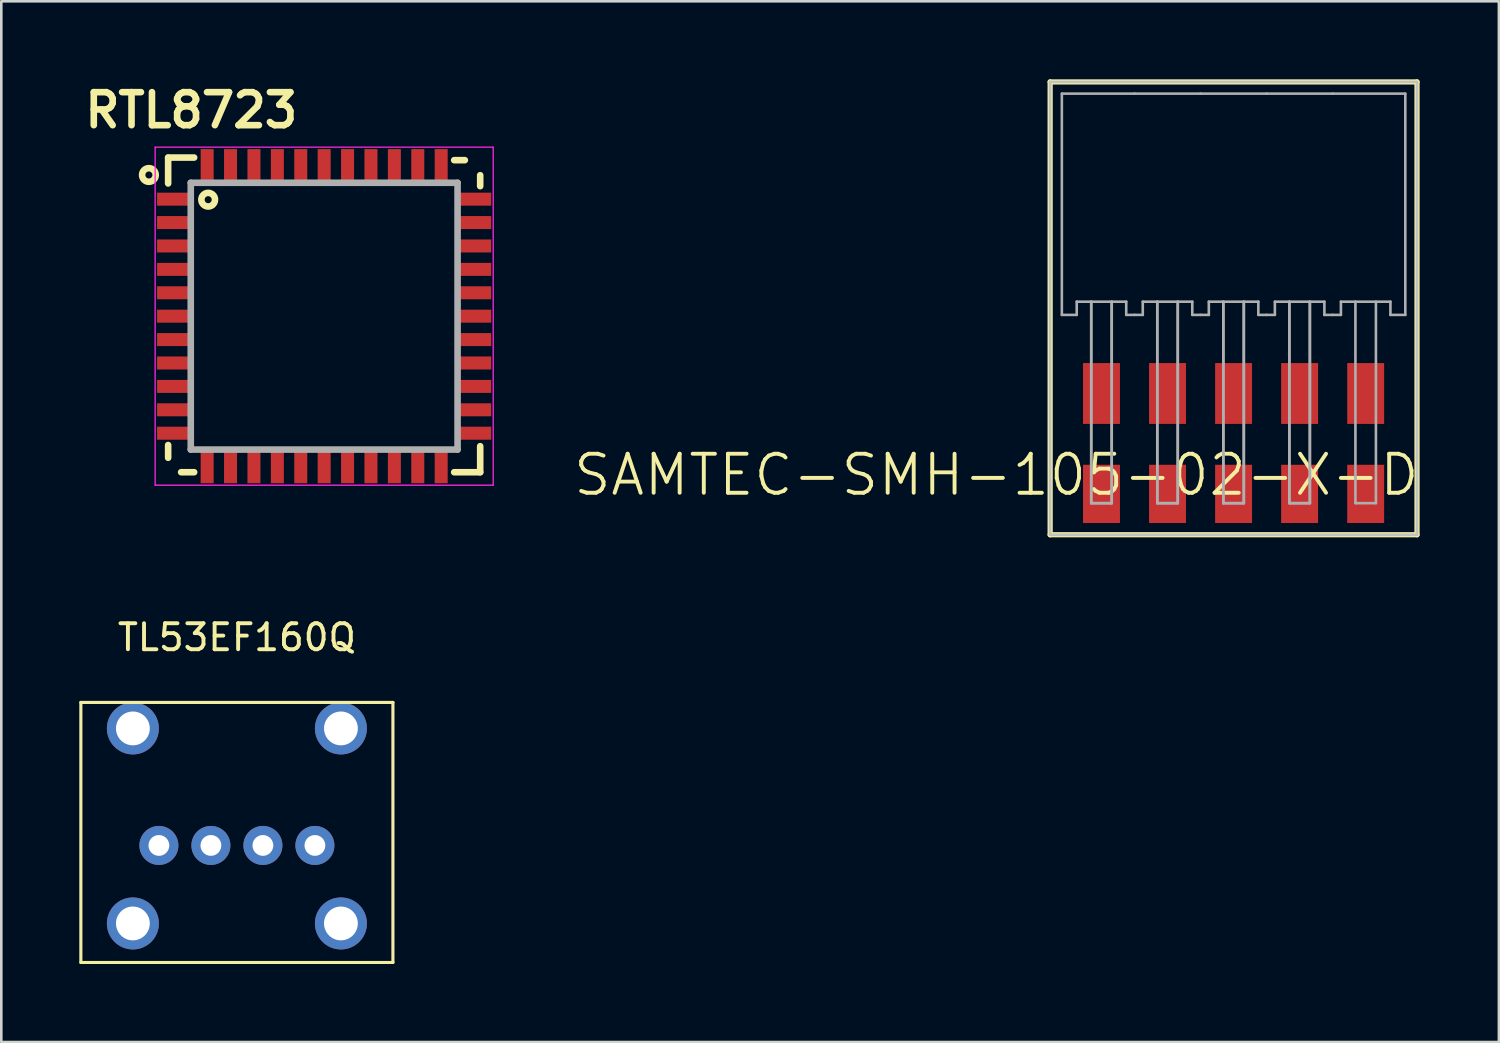
<source format=kicad_pcb>
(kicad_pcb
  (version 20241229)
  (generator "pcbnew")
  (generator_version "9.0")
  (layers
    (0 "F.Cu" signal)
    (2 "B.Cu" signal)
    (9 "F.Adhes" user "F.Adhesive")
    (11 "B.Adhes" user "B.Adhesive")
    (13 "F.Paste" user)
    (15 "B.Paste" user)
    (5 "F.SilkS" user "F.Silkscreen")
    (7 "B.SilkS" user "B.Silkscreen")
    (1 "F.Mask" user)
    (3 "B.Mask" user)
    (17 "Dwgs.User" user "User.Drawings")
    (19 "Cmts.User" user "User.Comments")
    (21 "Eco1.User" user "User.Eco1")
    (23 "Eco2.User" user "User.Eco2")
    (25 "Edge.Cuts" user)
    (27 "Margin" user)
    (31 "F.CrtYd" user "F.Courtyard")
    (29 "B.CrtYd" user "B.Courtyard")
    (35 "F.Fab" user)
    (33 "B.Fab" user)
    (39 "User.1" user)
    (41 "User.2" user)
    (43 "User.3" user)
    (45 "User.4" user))
  (footprint "RTL8723"
    (layer "F.Cu")
    (at 9.416 9.109)
    (property "Reference" "RTL8723" (at -5.11 -7.92 0) (layer "F.SilkS") (effects (font (size 1.27 1.27) (thickness 0.254))))
    (attr smd)
    (fp_line (start -6 -6.1) (end -5 -6.1) (stroke (width 0.254) (type solid)) (layer "F.SilkS"))
    (fp_line (start -6 -6.095) (end -6 -5.105) (stroke (width 0.254) (type solid)) (layer "F.SilkS"))
    (fp_line (start -6 4.955) (end -6 5.445) (stroke (width 0.254) (type solid)) (layer "F.SilkS"))
    (fp_line (start -5.5 6) (end -5 6) (stroke (width 0.254) (type solid)) (layer "F.SilkS"))
    (fp_line (start 5 -6) (end 5.41 -6) (stroke (width 0.254) (type solid)) (layer "F.SilkS"))
    (fp_line (start 6 -5) (end 6 -5.42) (stroke (width 0.254) (type solid)) (layer "F.SilkS"))
    (fp_line (start 6 6) (end 5 6) (stroke (width 0.254) (type solid)) (layer "F.SilkS"))
    (fp_line (start 6 6) (end 6 5) (stroke (width 0.254) (type solid)) (layer "F.SilkS"))
    (fp_circle (center -6.74 -5.43) (end -6.49 -5.51) (stroke (width 0.254) (type solid)) (fill no) (layer "F.SilkS"))
    (fp_circle (center -4.46 -4.48) (end -4.21 -4.56) (stroke (width 0.254) (type solid)) (fill no) (layer "F.SilkS"))
    (fp_line (start -6.5 -6.5) (end -6.5 6.5) (stroke (width 0.05) (type default)) (layer "F.CrtYd"))
    (fp_line (start -6.5 6.5) (end 6.5 6.5) (stroke (width 0.05) (type default)) (layer "F.CrtYd"))
    (fp_line (start 6.5 -6.5) (end -6.5 -6.5) (stroke (width 0.05) (type default)) (layer "F.CrtYd"))
    (fp_line (start 6.5 6.5) (end 6.5 -6.5) (stroke (width 0.05) (type default)) (layer "F.CrtYd"))
    (fp_line (start -5.13 -5.13) (end 5.13 -5.13) (stroke (width 0.254) (type solid)) (layer "F.Fab"))
    (fp_line (start -5.13 5.13) (end -5.13 -5.13) (stroke (width 0.254) (type solid)) (layer "F.Fab"))
    (fp_line (start 5.13 -5.13) (end 5.13 5.13) (stroke (width 0.254) (type solid)) (layer "F.Fab"))
    (fp_line (start 5.13 5.13) (end -5.13 5.13) (stroke (width 0.254) (type solid)) (layer "F.Fab"))
    (pad "1" smd rect (at -5.775 -4.5) (size 1.3 0.5) (layers "F.Cu" "F.Mask" "F.Paste"))
    (pad "2" smd rect (at -5.775 -3.6) (size 1.3 0.5) (layers "F.Cu" "F.Mask" "F.Paste"))
    (pad "3" smd rect (at -5.775 -2.7) (size 1.3 0.5) (layers "F.Cu" "F.Mask" "F.Paste"))
    (pad "4" smd rect (at -5.775 -1.8) (size 1.3 0.5) (layers "F.Cu" "F.Mask" "F.Paste"))
    (pad "5" smd rect (at -5.775 -0.9) (size 1.3 0.5) (layers "F.Cu" "F.Mask" "F.Paste"))
    (pad "6" smd rect (at -5.775 0) (size 1.3 0.5) (layers "F.Cu" "F.Mask" "F.Paste"))
    (pad "7" smd rect (at -5.775 0.9) (size 1.3 0.5) (layers "F.Cu" "F.Mask" "F.Paste"))
    (pad "8" smd rect (at -5.775 1.8) (size 1.3 0.5) (layers "F.Cu" "F.Mask" "F.Paste"))
    (pad "9" smd rect (at -5.775 2.7) (size 1.3 0.5) (layers "F.Cu" "F.Mask" "F.Paste"))
    (pad "10" smd rect (at -5.775 3.6) (size 1.3 0.5) (layers "F.Cu" "F.Mask" "F.Paste"))
    (pad "11" smd rect (at -5.775 4.5) (size 1.3 0.5) (layers "F.Cu" "F.Mask" "F.Paste"))
    (pad "12" smd rect (at -4.5 5.775 90) (size 1.3 0.5) (layers "F.Cu" "F.Mask" "F.Paste"))
    (pad "13" smd rect (at -3.6 5.775 90) (size 1.3 0.5) (layers "F.Cu" "F.Mask" "F.Paste"))
    (pad "14" smd rect (at -2.7 5.775 90) (size 1.3 0.5) (layers "F.Cu" "F.Mask" "F.Paste"))
    (pad "15" smd rect (at -1.8 5.775 90) (size 1.3 0.5) (layers "F.Cu" "F.Mask" "F.Paste"))
    (pad "16" smd rect (at -0.9 5.775 90) (size 1.3 0.5) (layers "F.Cu" "F.Mask" "F.Paste"))
    (pad "17" smd rect (at 0 5.775 90) (size 1.3 0.5) (layers "F.Cu" "F.Mask" "F.Paste"))
    (pad "18" smd rect (at 0.9 5.775 90) (size 1.3 0.5) (layers "F.Cu" "F.Mask" "F.Paste"))
    (pad "19" smd rect (at 1.8 5.775 90) (size 1.3 0.5) (layers "F.Cu" "F.Mask" "F.Paste"))
    (pad "20" smd rect (at 2.7 5.775 90) (size 1.3 0.5) (layers "F.Cu" "F.Mask" "F.Paste"))
    (pad "21" smd rect (at 3.6 5.775 90) (size 1.3 0.5) (layers "F.Cu" "F.Mask" "F.Paste"))
    (pad "22" smd rect (at 4.5 5.775 90) (size 1.3 0.5) (layers "F.Cu" "F.Mask" "F.Paste"))
    (pad "23" smd rect (at 5.775 4.5 180) (size 1.3 0.5) (layers "F.Cu" "F.Mask" "F.Paste"))
    (pad "24" smd rect (at 5.775 3.6 180) (size 1.3 0.5) (layers "F.Cu" "F.Mask" "F.Paste"))
    (pad "25" smd rect (at 5.775 2.7 180) (size 1.3 0.5) (layers "F.Cu" "F.Mask" "F.Paste"))
    (pad "26" smd rect (at 5.775 1.8 180) (size 1.3 0.5) (layers "F.Cu" "F.Mask" "F.Paste"))
    (pad "27" smd rect (at 5.775 0.9 180) (size 1.3 0.5) (layers "F.Cu" "F.Mask" "F.Paste"))
    (pad "28" smd rect (at 5.775 0 180) (size 1.3 0.5) (layers "F.Cu" "F.Mask" "F.Paste"))
    (pad "29" smd rect (at 5.775 -0.9 180) (size 1.3 0.5) (layers "F.Cu" "F.Mask" "F.Paste"))
    (pad "30" smd rect (at 5.775 -1.8 180) (size 1.3 0.5) (layers "F.Cu" "F.Mask" "F.Paste"))
    (pad "31" smd rect (at 5.775 -2.7 180) (size 1.3 0.5) (layers "F.Cu" "F.Mask" "F.Paste"))
    (pad "32" smd rect (at 5.775 -3.6 180) (size 1.3 0.5) (layers "F.Cu" "F.Mask" "F.Paste"))
    (pad "33" smd rect (at 5.775 -4.5 180) (size 1.3 0.5) (layers "F.Cu" "F.Mask" "F.Paste"))
    (pad "34" smd rect (at 4.5 -5.775 270) (size 1.3 0.5) (layers "F.Cu" "F.Mask" "F.Paste"))
    (pad "35" smd rect (at 3.6 -5.775 270) (size 1.3 0.5) (layers "F.Cu" "F.Mask" "F.Paste"))
    (pad "36" smd rect (at 2.7 -5.775 270) (size 1.3 0.5) (layers "F.Cu" "F.Mask" "F.Paste"))
    (pad "37" smd rect (at 1.8 -5.775 270) (size 1.3 0.5) (layers "F.Cu" "F.Mask" "F.Paste"))
    (pad "38" smd rect (at 0.9 -5.775 270) (size 1.3 0.5) (layers "F.Cu" "F.Mask" "F.Paste"))
    (pad "39" smd rect (at 0 -5.775 270) (size 1.3 0.5) (layers "F.Cu" "F.Mask" "F.Paste"))
    (pad "40" smd rect (at -0.9 -5.775 270) (size 1.3 0.5) (layers "F.Cu" "F.Mask" "F.Paste"))
    (pad "41" smd rect (at -1.8 -5.775 270) (size 1.3 0.5) (layers "F.Cu" "F.Mask" "F.Paste"))
    (pad "42" smd rect (at -2.7 -5.775 270) (size 1.3 0.5) (layers "F.Cu" "F.Mask" "F.Paste"))
    (pad "43" smd rect (at -3.6 -5.775 270) (size 1.3 0.5) (layers "F.Cu" "F.Mask" "F.Paste"))
    (pad "44" smd rect (at -4.5 -5.775 270) (size 1.3 0.5) (layers "F.Cu" "F.Mask" "F.Paste")))
  (footprint "SAMTEC-SMH-105-02-X-D"
    (layer "F.Cu")
    (at 44.388 4.805)
    (property "Reference" "SAMTEC-SMH-105-02-X-D" (at -9.123 10.408 0) (layer "F.SilkS") (effects (font (size 1.5 1.5) (thickness 0.15))))
    (attr smd)
    (fp_poly (pts (xy -5.841 6.056) (xy -4.319 6.056) (xy -4.319 8.498) (xy -5.841 8.498)) (stroke (width 0.01) (type solid)) (fill yes) (layer "F.Mask"))
    (fp_poly (pts (xy -5.841 9.967) (xy -4.319 9.967) (xy -4.319 12.309) (xy -5.841 12.309)) (stroke (width 0.01) (type solid)) (fill yes) (layer "F.Mask"))
    (fp_poly (pts (xy -3.301 6.056) (xy -1.779 6.056) (xy -1.779 8.498) (xy -3.301 8.498)) (stroke (width 0.01) (type solid)) (fill yes) (layer "F.Mask"))
    (fp_poly (pts (xy -3.301 9.967) (xy -1.779 9.967) (xy -1.779 12.309) (xy -3.301 12.309)) (stroke (width 0.01) (type solid)) (fill yes) (layer "F.Mask"))
    (fp_poly (pts (xy -0.761 6.056) (xy 0.761 6.056) (xy 0.761 8.498) (xy -0.761 8.498)) (stroke (width 0.01) (type solid)) (fill yes) (layer "F.Mask"))
    (fp_poly (pts (xy -0.761 9.967) (xy 0.761 9.967) (xy 0.761 12.309) (xy -0.761 12.309)) (stroke (width 0.01) (type solid)) (fill yes) (layer "F.Mask"))
    (fp_poly (pts (xy 1.779 6.056) (xy 3.301 6.056) (xy 3.301 8.498) (xy 1.779 8.498)) (stroke (width 0.01) (type solid)) (fill yes) (layer "F.Mask"))
    (fp_poly (pts (xy 1.779 9.967) (xy 3.301 9.967) (xy 3.301 12.309) (xy 1.779 12.309)) (stroke (width 0.01) (type solid)) (fill yes) (layer "F.Mask"))
    (fp_poly (pts (xy 4.319 6.056) (xy 5.841 6.056) (xy 5.841 8.498) (xy 4.319 8.498)) (stroke (width 0.01) (type solid)) (fill yes) (layer "F.Mask"))
    (fp_poly (pts (xy 4.319 9.967) (xy 5.841 9.967) (xy 5.841 12.309) (xy 4.319 12.309)) (stroke (width 0.01) (type solid)) (fill yes) (layer "F.Mask"))
    (fp_line (start -7.054 -4.705) (end -7.054 12.709) (stroke (width 0.2) (type solid)) (layer "F.SilkS"))
    (fp_line (start -7.054 12.709) (end 7.054 12.709) (stroke (width 0.2) (type solid)) (layer "F.SilkS"))
    (fp_line (start 7.054 -4.705) (end -7.054 -4.705) (stroke (width 0.2) (type solid)) (layer "F.SilkS"))
    (fp_line (start 7.054 12.709) (end 7.054 -4.705) (stroke (width 0.2) (type solid)) (layer "F.SilkS"))
    (fp_poly (pts (xy -5.79 6.107) (xy -4.37 6.107) (xy -4.37 8.447) (xy -5.79 8.447)) (stroke (width 0.01) (type solid)) (fill yes) (layer "F.Paste"))
    (fp_poly (pts (xy -5.79 10.018) (xy -4.37 10.018) (xy -4.37 12.258) (xy -5.79 12.258)) (stroke (width 0.01) (type solid)) (fill yes) (layer "F.Paste"))
    (fp_poly (pts (xy -3.25 6.107) (xy -1.83 6.107) (xy -1.83 8.447) (xy -3.25 8.447)) (stroke (width 0.01) (type solid)) (fill yes) (layer "F.Paste"))
    (fp_poly (pts (xy -3.25 10.018) (xy -1.83 10.018) (xy -1.83 12.258) (xy -3.25 12.258)) (stroke (width 0.01) (type solid)) (fill yes) (layer "F.Paste"))
    (fp_poly (pts (xy -0.71 6.107) (xy 0.71 6.107) (xy 0.71 8.447) (xy -0.71 8.447)) (stroke (width 0.01) (type solid)) (fill yes) (layer "F.Paste"))
    (fp_poly (pts (xy -0.71 10.018) (xy 0.71 10.018) (xy 0.71 12.258) (xy -0.71 12.258)) (stroke (width 0.01) (type solid)) (fill yes) (layer "F.Paste"))
    (fp_poly (pts (xy 1.83 6.107) (xy 3.25 6.107) (xy 3.25 8.447) (xy 1.83 8.447)) (stroke (width 0.01) (type solid)) (fill yes) (layer "F.Paste"))
    (fp_poly (pts (xy 1.83 10.018) (xy 3.25 10.018) (xy 3.25 12.258) (xy 1.83 12.258)) (stroke (width 0.01) (type solid)) (fill yes) (layer "F.Paste"))
    (fp_poly (pts (xy 4.37 6.107) (xy 5.79 6.107) (xy 5.79 8.447) (xy 4.37 8.447)) (stroke (width 0.01) (type solid)) (fill yes) (layer "F.Paste"))
    (fp_poly (pts (xy 4.37 10.018) (xy 5.79 10.018) (xy 5.79 12.258) (xy 4.37 12.258)) (stroke (width 0.01) (type solid)) (fill yes) (layer "F.Paste"))
    (fp_line (start -7.054 -4.705) (end -7.054 12.709) (stroke (width 0.1) (type solid)) (layer "Dwgs.User"))
    (fp_line (start -7.054 12.709) (end 7.054 12.709) (stroke (width 0.1) (type solid)) (layer "Dwgs.User"))
    (fp_line (start 7.054 -4.705) (end -7.054 -4.705) (stroke (width 0.1) (type solid)) (layer "Dwgs.User"))
    (fp_line (start 7.054 12.709) (end 7.054 -4.705) (stroke (width 0.1) (type solid)) (layer "Dwgs.User"))
    (fp_line (start -6.604 -4.254) (end -6.604 4.254) (stroke (width 0.1) (type solid)) (layer "F.Fab"))
    (fp_line (start -6.604 4.254) (end -6.032 4.254) (stroke (width 0.1) (type solid)) (layer "F.Fab"))
    (fp_line (start -6.032 3.746) (end -4.128 3.746) (stroke (width 0.1) (type solid)) (layer "F.Fab"))
    (fp_line (start -6.032 4.254) (end -6.032 3.746) (stroke (width 0.1) (type solid)) (layer "F.Fab"))
    (fp_line (start -5.474 11.494) (end -5.474 3.746) (stroke (width 0.1) (type solid)) (layer "F.Fab"))
    (fp_line (start -5.474 11.494) (end -5.474 3.746) (stroke (width 0.1) (type solid)) (layer "F.Fab"))
    (fp_line (start -5.474 11.494) (end -4.686 11.494) (stroke (width 0.1) (type solid)) (layer "F.Fab"))
    (fp_line (start -5.474 11.494) (end -4.686 11.494) (stroke (width 0.1) (type solid)) (layer "F.Fab"))
    (fp_line (start -4.686 3.746) (end -4.686 11.494) (stroke (width 0.1) (type solid)) (layer "F.Fab"))
    (fp_line (start -4.686 11.494) (end -4.686 3.746) (stroke (width 0.1) (type solid)) (layer "F.Fab"))
    (fp_line (start -4.128 3.746) (end -4.128 4.254) (stroke (width 0.1) (type solid)) (layer "F.Fab"))
    (fp_line (start -3.81 -4.254) (end -6.604 -4.254) (stroke (width 0.1) (type solid)) (layer "F.Fab"))
    (fp_line (start -3.81 4.254) (end -4.128 4.254) (stroke (width 0.1) (type solid)) (layer "F.Fab"))
    (fp_line (start -3.81 4.254) (end -3.492 4.254) (stroke (width 0.1) (type solid)) (layer "F.Fab"))
    (fp_line (start -3.492 3.746) (end -1.588 3.746) (stroke (width 0.1) (type solid)) (layer "F.Fab"))
    (fp_line (start -3.492 4.254) (end -3.492 3.746) (stroke (width 0.1) (type solid)) (layer "F.Fab"))
    (fp_line (start -2.934 11.494) (end -2.934 3.746) (stroke (width 0.1) (type solid)) (layer "F.Fab"))
    (fp_line (start -2.934 11.494) (end -2.934 3.746) (stroke (width 0.1) (type solid)) (layer "F.Fab"))
    (fp_line (start -2.934 11.494) (end -2.146 11.494) (stroke (width 0.1) (type solid)) (layer "F.Fab"))
    (fp_line (start -2.934 11.494) (end -2.146 11.494) (stroke (width 0.1) (type solid)) (layer "F.Fab"))
    (fp_line (start -2.146 3.746) (end -2.146 11.494) (stroke (width 0.1) (type solid)) (layer "F.Fab"))
    (fp_line (start -2.146 11.494) (end -2.146 3.746) (stroke (width 0.1) (type solid)) (layer "F.Fab"))
    (fp_line (start -1.588 3.746) (end -1.588 4.254) (stroke (width 0.1) (type solid)) (layer "F.Fab"))
    (fp_line (start -1.27 -4.254) (end -3.81 -4.254) (stroke (width 0.1) (type solid)) (layer "F.Fab"))
    (fp_line (start -1.27 4.254) (end -1.588 4.254) (stroke (width 0.1) (type solid)) (layer "F.Fab"))
    (fp_line (start -1.27 4.254) (end -0.952 4.254) (stroke (width 0.1) (type solid)) (layer "F.Fab"))
    (fp_line (start -0.952 3.746) (end 0.952 3.746) (stroke (width 0.1) (type solid)) (layer "F.Fab"))
    (fp_line (start -0.952 4.254) (end -0.952 3.746) (stroke (width 0.1) (type solid)) (layer "F.Fab"))
    (fp_line (start -0.394 11.494) (end -0.394 3.746) (stroke (width 0.1) (type solid)) (layer "F.Fab"))
    (fp_line (start -0.394 11.494) (end -0.394 3.746) (stroke (width 0.1) (type solid)) (layer "F.Fab"))
    (fp_line (start -0.394 11.494) (end 0.394 11.494) (stroke (width 0.1) (type solid)) (layer "F.Fab"))
    (fp_line (start -0.394 11.494) (end 0.394 11.494) (stroke (width 0.1) (type solid)) (layer "F.Fab"))
    (fp_line (start 0.394 3.746) (end 0.394 11.494) (stroke (width 0.1) (type solid)) (layer "F.Fab"))
    (fp_line (start 0.394 11.494) (end 0.394 3.746) (stroke (width 0.1) (type solid)) (layer "F.Fab"))
    (fp_line (start 0.952 3.746) (end 0.952 4.254) (stroke (width 0.1) (type solid)) (layer "F.Fab"))
    (fp_line (start 1.27 -4.254) (end -1.27 -4.254) (stroke (width 0.1) (type solid)) (layer "F.Fab"))
    (fp_line (start 1.27 4.254) (end 0.952 4.254) (stroke (width 0.1) (type solid)) (layer "F.Fab"))
    (fp_line (start 1.27 4.254) (end 1.588 4.254) (stroke (width 0.1) (type solid)) (layer "F.Fab"))
    (fp_line (start 1.588 3.746) (end 3.492 3.746) (stroke (width 0.1) (type solid)) (layer "F.Fab"))
    (fp_line (start 1.588 4.254) (end 1.588 3.746) (stroke (width 0.1) (type solid)) (layer "F.Fab"))
    (fp_line (start 2.146 11.494) (end 2.146 3.746) (stroke (width 0.1) (type solid)) (layer "F.Fab"))
    (fp_line (start 2.146 11.494) (end 2.146 3.746) (stroke (width 0.1) (type solid)) (layer "F.Fab"))
    (fp_line (start 2.146 11.494) (end 2.934 11.494) (stroke (width 0.1) (type solid)) (layer "F.Fab"))
    (fp_line (start 2.146 11.494) (end 2.934 11.494) (stroke (width 0.1) (type solid)) (layer "F.Fab"))
    (fp_line (start 2.934 3.746) (end 2.934 11.494) (stroke (width 0.1) (type solid)) (layer "F.Fab"))
    (fp_line (start 2.934 11.494) (end 2.934 3.746) (stroke (width 0.1) (type solid)) (layer "F.Fab"))
    (fp_line (start 3.492 3.746) (end 3.492 4.254) (stroke (width 0.1) (type solid)) (layer "F.Fab"))
    (fp_line (start 3.81 -4.254) (end 1.27 -4.254) (stroke (width 0.1) (type solid)) (layer "F.Fab"))
    (fp_line (start 3.81 -4.254) (end 6.604 -4.254) (stroke (width 0.1) (type solid)) (layer "F.Fab"))
    (fp_line (start 3.81 4.254) (end 3.492 4.254) (stroke (width 0.1) (type solid)) (layer "F.Fab"))
    (fp_line (start 3.81 4.254) (end 4.128 4.254) (stroke (width 0.1) (type solid)) (layer "F.Fab"))
    (fp_line (start 4.128 3.746) (end 6.032 3.746) (stroke (width 0.1) (type solid)) (layer "F.Fab"))
    (fp_line (start 4.128 4.254) (end 4.128 3.746) (stroke (width 0.1) (type solid)) (layer "F.Fab"))
    (fp_line (start 4.686 11.494) (end 4.686 3.746) (stroke (width 0.1) (type solid)) (layer "F.Fab"))
    (fp_line (start 4.686 11.494) (end 5.474 11.494) (stroke (width 0.1) (type solid)) (layer "F.Fab"))
    (fp_line (start 5.474 11.494) (end 5.474 3.746) (stroke (width 0.1) (type solid)) (layer "F.Fab"))
    (fp_line (start 6.032 3.746) (end 6.032 4.254) (stroke (width 0.1) (type solid)) (layer "F.Fab"))
    (fp_line (start 6.032 4.254) (end 6.604 4.254) (stroke (width 0.1) (type solid)) (layer "F.Fab"))
    (fp_line (start 6.604 -4.254) (end 6.604 4.254) (stroke (width 0.1) (type solid)) (layer "F.Fab"))
    (pad "1" smd rect (at -5.08 7.277) (size 1.42 2.34) (layers "F.Cu" "F.Paste"))
    (pad "2" smd rect (at -5.08 11.138) (size 1.42 2.24) (layers "F.Cu" "F.Paste"))
    (pad "3" smd rect (at -2.54 7.277) (size 1.42 2.34) (layers "F.Cu" "F.Paste"))
    (pad "4" smd rect (at -2.54 11.138) (size 1.42 2.24) (layers "F.Cu" "F.Paste"))
    (pad "5" smd rect (at 0 7.277) (size 1.42 2.34) (layers "F.Cu" "F.Paste"))
    (pad "6" smd rect (at 0 11.138) (size 1.42 2.24) (layers "F.Cu" "F.Paste"))
    (pad "7" smd rect (at 2.54 7.277) (size 1.42 2.34) (layers "F.Cu" "F.Paste"))
    (pad "8" smd rect (at 2.54 11.138) (size 1.42 2.24) (layers "F.Cu" "F.Paste"))
    (pad "9" smd rect (at 5.08 7.277) (size 1.42 2.34) (layers "F.Cu" "F.Paste"))
    (pad "10" smd rect (at 5.08 11.138) (size 1.42 2.24) (layers "F.Cu" "F.Paste")))
  (footprint "TL53EF160Q"
    (layer "F.Cu")
    (at 6.06 29.462)
    (property "Reference" "TL53EF160Q" (at 0 -8 0) (unlocked yes) (layer "F.SilkS") (effects (font (size 1 1) (thickness 0.15))))
    (attr smd)
    (fp_line (start -6 -5.5) (end -6 4.5) (stroke (width 0.12) (type default)) (layer "F.SilkS"))
    (fp_line (start -6 4.5) (end 6 4.5) (stroke (width 0.12) (type default)) (layer "F.SilkS"))
    (fp_line (start 6 -5.5) (end -6 -5.5) (stroke (width 0.12) (type default)) (layer "F.SilkS"))
    (fp_line (start 6 4.5) (end 6 -5.5) (stroke (width 0.12) (type default)) (layer "F.SilkS"))
    (pad "1" thru_hole circle (at -3 0) (size 1.5 1.5) (drill 0.8) (layers "*.Cu" "*.Mask"))
    (pad "2" thru_hole circle (at -1 0) (size 1.5 1.5) (drill 0.8) (layers "*.Cu" "*.Mask"))
    (pad "3" thru_hole circle (at 1 0) (size 1.5 1.5) (drill 0.8) (layers "*.Cu" "*.Mask"))
    (pad "4" thru_hole circle (at 3 0) (size 1.5 1.5) (drill 0.8) (layers "*.Cu" "*.Mask"))
    (pad "5" thru_hole circle (at -4 -4.5) (size 2 2) (drill 1.3) (layers "*.Cu" "*.Mask"))
    (pad "5" thru_hole circle (at -4 3) (size 2 2) (drill 1.3) (layers "*.Cu" "*.Mask"))
    (pad "5" thru_hole circle (at 4 -4.5) (size 2 2) (drill 1.3) (layers "*.Cu" "*.Mask"))
    (pad "5" thru_hole circle (at 4 3) (size 2 2) (drill 1.3) (layers "*.Cu" "*.Mask")))
  (gr_rect
    (start -3 -3)
    (end 54.591 37.022)
    (stroke (width 0.1) (type default))
    (fill no)
    (layer "Edge.Cuts")))
</source>
